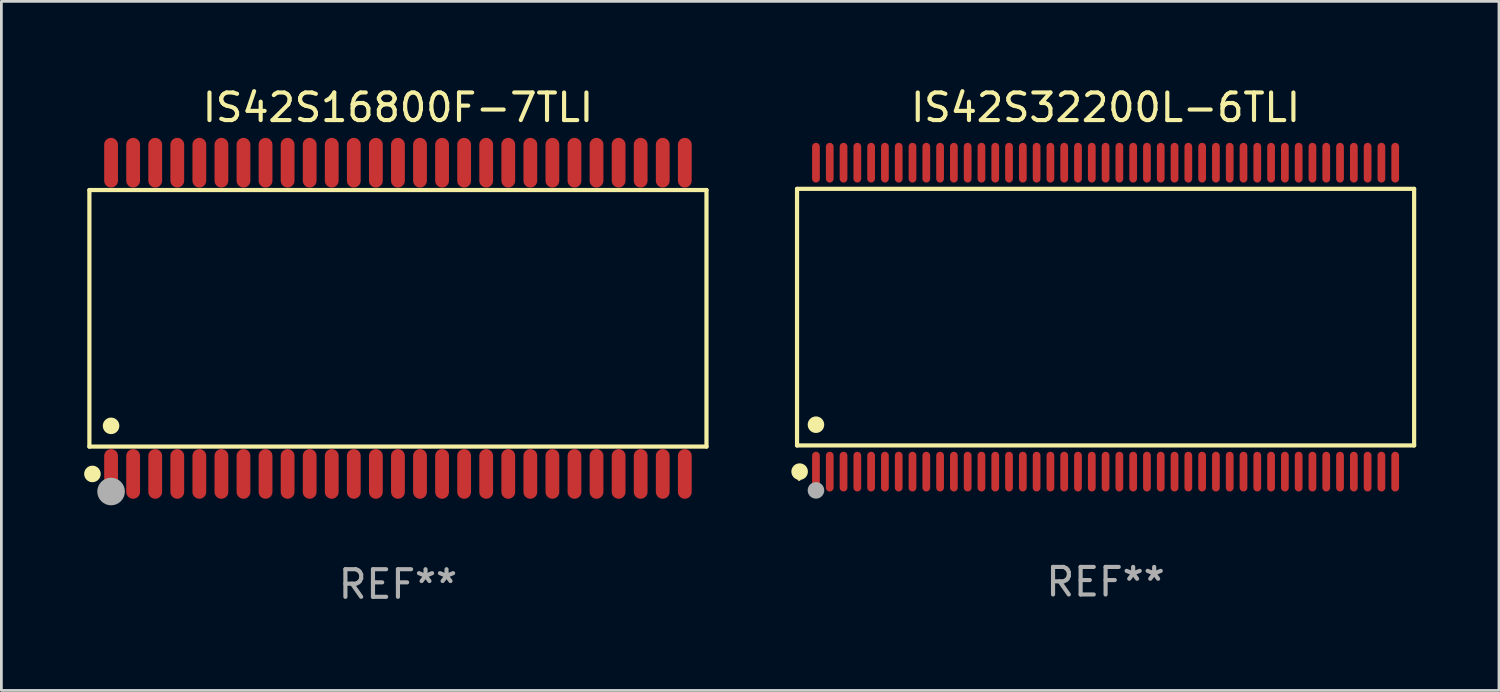
<source format=kicad_pcb>
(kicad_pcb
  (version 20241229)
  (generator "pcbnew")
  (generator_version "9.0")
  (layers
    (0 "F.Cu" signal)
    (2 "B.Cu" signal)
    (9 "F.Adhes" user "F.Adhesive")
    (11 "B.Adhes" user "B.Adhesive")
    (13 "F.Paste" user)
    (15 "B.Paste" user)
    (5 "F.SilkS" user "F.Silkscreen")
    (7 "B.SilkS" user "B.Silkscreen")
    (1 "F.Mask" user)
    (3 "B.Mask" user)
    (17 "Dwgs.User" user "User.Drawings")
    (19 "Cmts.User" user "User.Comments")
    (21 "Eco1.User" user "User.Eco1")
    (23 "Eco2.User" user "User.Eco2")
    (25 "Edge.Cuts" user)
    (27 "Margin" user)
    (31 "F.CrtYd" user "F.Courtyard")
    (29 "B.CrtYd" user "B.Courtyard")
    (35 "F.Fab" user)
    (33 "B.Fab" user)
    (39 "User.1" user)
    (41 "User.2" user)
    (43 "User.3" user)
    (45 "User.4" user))
  (footprint "IS42S16800F-7TLI"
    (layer "F.Cu")
    (at 11.377 8.49)
    (property "Reference" "IS42S16800F-7TLI" (at 0 -7.642 0) (layer "F.SilkS") (effects (font (size 1 1) (thickness 0.15))))
    (attr through_hole)
    (fp_line (start -11.186 -4.651) (end 11.186 -4.651) (stroke (width 0.152) (type solid)) (layer "F.SilkS"))
    (fp_line (start -11.186 4.651) (end -11.186 -4.651) (stroke (width 0.152) (type solid)) (layer "F.SilkS"))
    (fp_line (start 11.186 -4.651) (end 11.186 4.651) (stroke (width 0.152) (type solid)) (layer "F.SilkS"))
    (fp_line (start 11.186 4.651) (end -11.186 4.651) (stroke (width 0.152) (type solid)) (layer "F.SilkS"))
    (fp_circle (center -11.11 5.88) (end -11.08 5.88) (stroke (width 0.06) (type solid)) (fill no) (layer "F.SilkS"))
    (fp_circle (center -11.076 5.642) (end -10.926 5.642) (stroke (width 0.3) (type solid)) (fill no) (layer "F.SilkS"))
    (fp_circle (center -10.4 3.899) (end -10.25 3.899) (stroke (width 0.3) (type solid)) (fill no) (layer "F.SilkS"))
    (fp_circle (center -10.4 6.28) (end -10.15 6.28) (stroke (width 0.5) (type solid)) (fill no) (layer "F.Fab"))
    (fp_text user "REF**" (at 0 9.642 0) (layer "F.Fab") (effects (font (size 1 1) (thickness 0.15))))
    (pad "1" smd oval (at -10.4 5.642) (size 0.5 1.8) (layers "F.Cu" "F.Mask" "F.Paste"))
    (pad "2" smd oval (at -9.6 5.642) (size 0.5 1.8) (layers "F.Cu" "F.Mask" "F.Paste"))
    (pad "3" smd oval (at -8.8 5.642) (size 0.5 1.8) (layers "F.Cu" "F.Mask" "F.Paste"))
    (pad "4" smd oval (at -8 5.642) (size 0.5 1.8) (layers "F.Cu" "F.Mask" "F.Paste"))
    (pad "5" smd oval (at -7.2 5.642) (size 0.5 1.8) (layers "F.Cu" "F.Mask" "F.Paste"))
    (pad "6" smd oval (at -6.4 5.642) (size 0.5 1.8) (layers "F.Cu" "F.Mask" "F.Paste"))
    (pad "7" smd oval (at -5.6 5.642) (size 0.5 1.8) (layers "F.Cu" "F.Mask" "F.Paste"))
    (pad "8" smd oval (at -4.8 5.642) (size 0.5 1.8) (layers "F.Cu" "F.Mask" "F.Paste"))
    (pad "9" smd oval (at -4 5.642) (size 0.5 1.8) (layers "F.Cu" "F.Mask" "F.Paste"))
    (pad "10" smd oval (at -3.2 5.642) (size 0.5 1.8) (layers "F.Cu" "F.Mask" "F.Paste"))
    (pad "11" smd oval (at -2.4 5.642) (size 0.5 1.8) (layers "F.Cu" "F.Mask" "F.Paste"))
    (pad "12" smd oval (at -1.6 5.642) (size 0.5 1.8) (layers "F.Cu" "F.Mask" "F.Paste"))
    (pad "13" smd oval (at -0.8 5.642) (size 0.5 1.8) (layers "F.Cu" "F.Mask" "F.Paste"))
    (pad "14" smd oval (at 0 5.642) (size 0.5 1.8) (layers "F.Cu" "F.Mask" "F.Paste"))
    (pad "15" smd oval (at 0.8 5.642) (size 0.5 1.8) (layers "F.Cu" "F.Mask" "F.Paste"))
    (pad "16" smd oval (at 1.6 5.642) (size 0.5 1.8) (layers "F.Cu" "F.Mask" "F.Paste"))
    (pad "17" smd oval (at 2.4 5.642) (size 0.5 1.8) (layers "F.Cu" "F.Mask" "F.Paste"))
    (pad "18" smd oval (at 3.2 5.642) (size 0.5 1.8) (layers "F.Cu" "F.Mask" "F.Paste"))
    (pad "19" smd oval (at 4 5.642) (size 0.5 1.8) (layers "F.Cu" "F.Mask" "F.Paste"))
    (pad "20" smd oval (at 4.8 5.642) (size 0.5 1.8) (layers "F.Cu" "F.Mask" "F.Paste"))
    (pad "21" smd oval (at 5.6 5.642) (size 0.5 1.8) (layers "F.Cu" "F.Mask" "F.Paste"))
    (pad "22" smd oval (at 6.4 5.642) (size 0.5 1.8) (layers "F.Cu" "F.Mask" "F.Paste"))
    (pad "23" smd oval (at 7.2 5.642) (size 0.5 1.8) (layers "F.Cu" "F.Mask" "F.Paste"))
    (pad "24" smd oval (at 8 5.642) (size 0.5 1.8) (layers "F.Cu" "F.Mask" "F.Paste"))
    (pad "25" smd oval (at 8.8 5.642) (size 0.5 1.8) (layers "F.Cu" "F.Mask" "F.Paste"))
    (pad "26" smd oval (at 9.6 5.642) (size 0.5 1.8) (layers "F.Cu" "F.Mask" "F.Paste"))
    (pad "27" smd oval (at 10.4 5.642) (size 0.5 1.8) (layers "F.Cu" "F.Mask" "F.Paste"))
    (pad "28" smd oval (at 10.4 -5.642) (size 0.5 1.8) (layers "F.Cu" "F.Mask" "F.Paste"))
    (pad "29" smd oval (at 9.6 -5.642) (size 0.5 1.8) (layers "F.Cu" "F.Mask" "F.Paste"))
    (pad "30" smd oval (at 8.8 -5.642) (size 0.5 1.8) (layers "F.Cu" "F.Mask" "F.Paste"))
    (pad "31" smd oval (at 8 -5.642) (size 0.5 1.8) (layers "F.Cu" "F.Mask" "F.Paste"))
    (pad "32" smd oval (at 7.2 -5.642) (size 0.5 1.8) (layers "F.Cu" "F.Mask" "F.Paste"))
    (pad "33" smd oval (at 6.4 -5.642) (size 0.5 1.8) (layers "F.Cu" "F.Mask" "F.Paste"))
    (pad "34" smd oval (at 5.6 -5.642) (size 0.5 1.8) (layers "F.Cu" "F.Mask" "F.Paste"))
    (pad "35" smd oval (at 4.8 -5.642) (size 0.5 1.8) (layers "F.Cu" "F.Mask" "F.Paste"))
    (pad "36" smd oval (at 4 -5.642) (size 0.5 1.8) (layers "F.Cu" "F.Mask" "F.Paste"))
    (pad "37" smd oval (at 3.2 -5.642) (size 0.5 1.8) (layers "F.Cu" "F.Mask" "F.Paste"))
    (pad "38" smd oval (at 2.4 -5.642) (size 0.5 1.8) (layers "F.Cu" "F.Mask" "F.Paste"))
    (pad "39" smd oval (at 1.6 -5.642) (size 0.5 1.8) (layers "F.Cu" "F.Mask" "F.Paste"))
    (pad "40" smd oval (at 0.8 -5.642) (size 0.5 1.8) (layers "F.Cu" "F.Mask" "F.Paste"))
    (pad "41" smd oval (at 0 -5.642) (size 0.5 1.8) (layers "F.Cu" "F.Mask" "F.Paste"))
    (pad "42" smd oval (at -0.8 -5.642) (size 0.5 1.8) (layers "F.Cu" "F.Mask" "F.Paste"))
    (pad "43" smd oval (at -1.6 -5.642) (size 0.5 1.8) (layers "F.Cu" "F.Mask" "F.Paste"))
    (pad "44" smd oval (at -2.4 -5.642) (size 0.5 1.8) (layers "F.Cu" "F.Mask" "F.Paste"))
    (pad "45" smd oval (at -3.2 -5.642) (size 0.5 1.8) (layers "F.Cu" "F.Mask" "F.Paste"))
    (pad "46" smd oval (at -4 -5.642) (size 0.5 1.8) (layers "F.Cu" "F.Mask" "F.Paste"))
    (pad "47" smd oval (at -4.8 -5.642) (size 0.5 1.8) (layers "F.Cu" "F.Mask" "F.Paste"))
    (pad "48" smd oval (at -5.6 -5.642) (size 0.5 1.8) (layers "F.Cu" "F.Mask" "F.Paste"))
    (pad "49" smd oval (at -6.4 -5.642) (size 0.5 1.8) (layers "F.Cu" "F.Mask" "F.Paste"))
    (pad "50" smd oval (at -7.2 -5.642) (size 0.5 1.8) (layers "F.Cu" "F.Mask" "F.Paste"))
    (pad "51" smd oval (at -8 -5.642) (size 0.5 1.8) (layers "F.Cu" "F.Mask" "F.Paste"))
    (pad "52" smd oval (at -8.8 -5.642) (size 0.5 1.8) (layers "F.Cu" "F.Mask" "F.Paste"))
    (pad "53" smd oval (at -9.6 -5.642) (size 0.5 1.8) (layers "F.Cu" "F.Mask" "F.Paste"))
    (pad "54" smd oval (at -10.4 -5.642) (size 0.5 1.8) (layers "F.Cu" "F.Mask" "F.Paste")))
  (footprint "IS42S32200L-6TLI"
    (layer "F.Cu")
    (at 37.032 8.448)
    (property "Reference" "IS42S32200L-6TLI" (at 0 -7.6 0) (layer "F.SilkS") (effects (font (size 1 1) (thickness 0.15))))
    (attr through_hole)
    (fp_line (start -11.186 -4.651) (end 11.186 -4.651) (stroke (width 0.152) (type solid)) (layer "F.SilkS"))
    (fp_line (start -11.186 4.651) (end -11.186 -4.651) (stroke (width 0.152) (type solid)) (layer "F.SilkS"))
    (fp_line (start 11.186 -4.651) (end 11.186 4.651) (stroke (width 0.152) (type solid)) (layer "F.SilkS"))
    (fp_line (start 11.186 4.651) (end -11.186 4.651) (stroke (width 0.152) (type solid)) (layer "F.SilkS"))
    (fp_circle (center -11.11 5.88) (end -11.08 5.88) (stroke (width 0.06) (type solid)) (fill no) (layer "F.SilkS"))
    (fp_circle (center -11.092 5.6) (end -10.942 5.6) (stroke (width 0.3) (type solid)) (fill no) (layer "F.SilkS"))
    (fp_circle (center -10.5 3.899) (end -10.35 3.899) (stroke (width 0.3) (type solid)) (fill no) (layer "F.SilkS"))
    (fp_circle (center -10.5 6.28) (end -10.35 6.28) (stroke (width 0.3) (type solid)) (fill no) (layer "F.Fab"))
    (fp_text user "REF**" (at 0 9.6 0) (layer "F.Fab") (effects (font (size 1 1) (thickness 0.15))))
    (pad "1" smd oval (at -10.5 5.6) (size 0.28 1.44) (layers "F.Cu" "F.Mask" "F.Paste"))
    (pad "2" smd oval (at -10 5.6) (size 0.28 1.44) (layers "F.Cu" "F.Mask" "F.Paste"))
    (pad "3" smd oval (at -9.5 5.6) (size 0.28 1.44) (layers "F.Cu" "F.Mask" "F.Paste"))
    (pad "4" smd oval (at -9 5.6) (size 0.28 1.44) (layers "F.Cu" "F.Mask" "F.Paste"))
    (pad "5" smd oval (at -8.5 5.6) (size 0.28 1.44) (layers "F.Cu" "F.Mask" "F.Paste"))
    (pad "6" smd oval (at -8 5.6) (size 0.28 1.44) (layers "F.Cu" "F.Mask" "F.Paste"))
    (pad "7" smd oval (at -7.5 5.6) (size 0.28 1.44) (layers "F.Cu" "F.Mask" "F.Paste"))
    (pad "8" smd oval (at -7 5.6) (size 0.28 1.44) (layers "F.Cu" "F.Mask" "F.Paste"))
    (pad "9" smd oval (at -6.5 5.6) (size 0.28 1.44) (layers "F.Cu" "F.Mask" "F.Paste"))
    (pad "10" smd oval (at -6 5.6) (size 0.28 1.44) (layers "F.Cu" "F.Mask" "F.Paste"))
    (pad "11" smd oval (at -5.5 5.6) (size 0.28 1.44) (layers "F.Cu" "F.Mask" "F.Paste"))
    (pad "12" smd oval (at -5 5.6) (size 0.28 1.44) (layers "F.Cu" "F.Mask" "F.Paste"))
    (pad "13" smd oval (at -4.5 5.6) (size 0.28 1.44) (layers "F.Cu" "F.Mask" "F.Paste"))
    (pad "14" smd oval (at -4 5.6) (size 0.28 1.44) (layers "F.Cu" "F.Mask" "F.Paste"))
    (pad "15" smd oval (at -3.5 5.6) (size 0.28 1.44) (layers "F.Cu" "F.Mask" "F.Paste"))
    (pad "16" smd oval (at -3 5.6) (size 0.28 1.44) (layers "F.Cu" "F.Mask" "F.Paste"))
    (pad "17" smd oval (at -2.5 5.6) (size 0.28 1.44) (layers "F.Cu" "F.Mask" "F.Paste"))
    (pad "18" smd oval (at -2 5.6) (size 0.28 1.44) (layers "F.Cu" "F.Mask" "F.Paste"))
    (pad "19" smd oval (at -1.5 5.6) (size 0.28 1.44) (layers "F.Cu" "F.Mask" "F.Paste"))
    (pad "20" smd oval (at -1 5.6) (size 0.28 1.44) (layers "F.Cu" "F.Mask" "F.Paste"))
    (pad "21" smd oval (at -0.5 5.6) (size 0.28 1.44) (layers "F.Cu" "F.Mask" "F.Paste"))
    (pad "22" smd oval (at 0 5.6) (size 0.28 1.44) (layers "F.Cu" "F.Mask" "F.Paste"))
    (pad "23" smd oval (at 0.5 5.6) (size 0.28 1.44) (layers "F.Cu" "F.Mask" "F.Paste"))
    (pad "24" smd oval (at 1 5.6) (size 0.28 1.44) (layers "F.Cu" "F.Mask" "F.Paste"))
    (pad "25" smd oval (at 1.5 5.6) (size 0.28 1.44) (layers "F.Cu" "F.Mask" "F.Paste"))
    (pad "26" smd oval (at 2 5.6) (size 0.28 1.44) (layers "F.Cu" "F.Mask" "F.Paste"))
    (pad "27" smd oval (at 2.5 5.6) (size 0.28 1.44) (layers "F.Cu" "F.Mask" "F.Paste"))
    (pad "28" smd oval (at 3 5.6) (size 0.28 1.44) (layers "F.Cu" "F.Mask" "F.Paste"))
    (pad "29" smd oval (at 3.5 5.6) (size 0.28 1.44) (layers "F.Cu" "F.Mask" "F.Paste"))
    (pad "30" smd oval (at 4 5.6) (size 0.28 1.44) (layers "F.Cu" "F.Mask" "F.Paste"))
    (pad "31" smd oval (at 4.5 5.6) (size 0.28 1.44) (layers "F.Cu" "F.Mask" "F.Paste"))
    (pad "32" smd oval (at 5 5.6) (size 0.28 1.44) (layers "F.Cu" "F.Mask" "F.Paste"))
    (pad "33" smd oval (at 5.5 5.6) (size 0.28 1.44) (layers "F.Cu" "F.Mask" "F.Paste"))
    (pad "34" smd oval (at 6 5.6) (size 0.28 1.44) (layers "F.Cu" "F.Mask" "F.Paste"))
    (pad "35" smd oval (at 6.5 5.6) (size 0.28 1.44) (layers "F.Cu" "F.Mask" "F.Paste"))
    (pad "36" smd oval (at 7 5.6) (size 0.28 1.44) (layers "F.Cu" "F.Mask" "F.Paste"))
    (pad "37" smd oval (at 7.5 5.6) (size 0.28 1.44) (layers "F.Cu" "F.Mask" "F.Paste"))
    (pad "38" smd oval (at 8 5.6) (size 0.28 1.44) (layers "F.Cu" "F.Mask" "F.Paste"))
    (pad "39" smd oval (at 8.5 5.6) (size 0.28 1.44) (layers "F.Cu" "F.Mask" "F.Paste"))
    (pad "40" smd oval (at 9 5.6) (size 0.28 1.44) (layers "F.Cu" "F.Mask" "F.Paste"))
    (pad "41" smd oval (at 9.5 5.6) (size 0.28 1.44) (layers "F.Cu" "F.Mask" "F.Paste"))
    (pad "42" smd oval (at 10 5.6) (size 0.28 1.44) (layers "F.Cu" "F.Mask" "F.Paste"))
    (pad "43" smd oval (at 10.5 5.6) (size 0.28 1.44) (layers "F.Cu" "F.Mask" "F.Paste"))
    (pad "44" smd oval (at 10.5 -5.6) (size 0.28 1.44) (layers "F.Cu" "F.Mask" "F.Paste"))
    (pad "45" smd oval (at 10 -5.6) (size 0.28 1.44) (layers "F.Cu" "F.Mask" "F.Paste"))
    (pad "46" smd oval (at 9.5 -5.6) (size 0.28 1.44) (layers "F.Cu" "F.Mask" "F.Paste"))
    (pad "47" smd oval (at 9 -5.6) (size 0.28 1.44) (layers "F.Cu" "F.Mask" "F.Paste"))
    (pad "48" smd oval (at 8.5 -5.6) (size 0.28 1.44) (layers "F.Cu" "F.Mask" "F.Paste"))
    (pad "49" smd oval (at 8 -5.6) (size 0.28 1.44) (layers "F.Cu" "F.Mask" "F.Paste"))
    (pad "50" smd oval (at 7.5 -5.6) (size 0.28 1.44) (layers "F.Cu" "F.Mask" "F.Paste"))
    (pad "51" smd oval (at 7 -5.6) (size 0.28 1.44) (layers "F.Cu" "F.Mask" "F.Paste"))
    (pad "52" smd oval (at 6.5 -5.6) (size 0.28 1.44) (layers "F.Cu" "F.Mask" "F.Paste"))
    (pad "53" smd oval (at 6 -5.6) (size 0.28 1.44) (layers "F.Cu" "F.Mask" "F.Paste"))
    (pad "54" smd oval (at 5.5 -5.6) (size 0.28 1.44) (layers "F.Cu" "F.Mask" "F.Paste"))
    (pad "55" smd oval (at 5 -5.6) (size 0.28 1.44) (layers "F.Cu" "F.Mask" "F.Paste"))
    (pad "56" smd oval (at 4.5 -5.6) (size 0.28 1.44) (layers "F.Cu" "F.Mask" "F.Paste"))
    (pad "57" smd oval (at 4 -5.6) (size 0.28 1.44) (layers "F.Cu" "F.Mask" "F.Paste"))
    (pad "58" smd oval (at 3.5 -5.6) (size 0.28 1.44) (layers "F.Cu" "F.Mask" "F.Paste"))
    (pad "59" smd oval (at 3 -5.6) (size 0.28 1.44) (layers "F.Cu" "F.Mask" "F.Paste"))
    (pad "60" smd oval (at 2.5 -5.6) (size 0.28 1.44) (layers "F.Cu" "F.Mask" "F.Paste"))
    (pad "61" smd oval (at 2 -5.6) (size 0.28 1.44) (layers "F.Cu" "F.Mask" "F.Paste"))
    (pad "62" smd oval (at 1.5 -5.6) (size 0.28 1.44) (layers "F.Cu" "F.Mask" "F.Paste"))
    (pad "63" smd oval (at 1 -5.6) (size 0.28 1.44) (layers "F.Cu" "F.Mask" "F.Paste"))
    (pad "64" smd oval (at 0.5 -5.6) (size 0.28 1.44) (layers "F.Cu" "F.Mask" "F.Paste"))
    (pad "65" smd oval (at 0 -5.6) (size 0.28 1.44) (layers "F.Cu" "F.Mask" "F.Paste"))
    (pad "66" smd oval (at -0.5 -5.6) (size 0.28 1.44) (layers "F.Cu" "F.Mask" "F.Paste"))
    (pad "67" smd oval (at -1 -5.6) (size 0.28 1.44) (layers "F.Cu" "F.Mask" "F.Paste"))
    (pad "68" smd oval (at -1.5 -5.6) (size 0.28 1.44) (layers "F.Cu" "F.Mask" "F.Paste"))
    (pad "69" smd oval (at -2 -5.6) (size 0.28 1.44) (layers "F.Cu" "F.Mask" "F.Paste"))
    (pad "70" smd oval (at -2.5 -5.6) (size 0.28 1.44) (layers "F.Cu" "F.Mask" "F.Paste"))
    (pad "71" smd oval (at -3 -5.6) (size 0.28 1.44) (layers "F.Cu" "F.Mask" "F.Paste"))
    (pad "72" smd oval (at -3.5 -5.6) (size 0.28 1.44) (layers "F.Cu" "F.Mask" "F.Paste"))
    (pad "73" smd oval (at -4 -5.6) (size 0.28 1.44) (layers "F.Cu" "F.Mask" "F.Paste"))
    (pad "74" smd oval (at -4.5 -5.6) (size 0.28 1.44) (layers "F.Cu" "F.Mask" "F.Paste"))
    (pad "75" smd oval (at -5 -5.6) (size 0.28 1.44) (layers "F.Cu" "F.Mask" "F.Paste"))
    (pad "76" smd oval (at -5.5 -5.6) (size 0.28 1.44) (layers "F.Cu" "F.Mask" "F.Paste"))
    (pad "77" smd oval (at -6 -5.6) (size 0.28 1.44) (layers "F.Cu" "F.Mask" "F.Paste"))
    (pad "78" smd oval (at -6.5 -5.6) (size 0.28 1.44) (layers "F.Cu" "F.Mask" "F.Paste"))
    (pad "79" smd oval (at -7 -5.6) (size 0.28 1.44) (layers "F.Cu" "F.Mask" "F.Paste"))
    (pad "80" smd oval (at -7.5 -5.6) (size 0.28 1.44) (layers "F.Cu" "F.Mask" "F.Paste"))
    (pad "81" smd oval (at -8 -5.6) (size 0.28 1.44) (layers "F.Cu" "F.Mask" "F.Paste"))
    (pad "82" smd oval (at -8.5 -5.6) (size 0.28 1.44) (layers "F.Cu" "F.Mask" "F.Paste"))
    (pad "83" smd oval (at -9 -5.6) (size 0.28 1.44) (layers "F.Cu" "F.Mask" "F.Paste"))
    (pad "84" smd oval (at -9.5 -5.6) (size 0.28 1.44) (layers "F.Cu" "F.Mask" "F.Paste"))
    (pad "85" smd oval (at -10 -5.6) (size 0.28 1.44) (layers "F.Cu" "F.Mask" "F.Paste"))
    (pad "86" smd oval (at -10.5 -5.6) (size 0.28 1.44) (layers "F.Cu" "F.Mask" "F.Paste")))
  (gr_rect
    (start -3 -3)
    (end 51.294 21.981)
    (stroke (width 0.1) (type default))
    (fill no)
    (layer "Edge.Cuts")))
</source>
